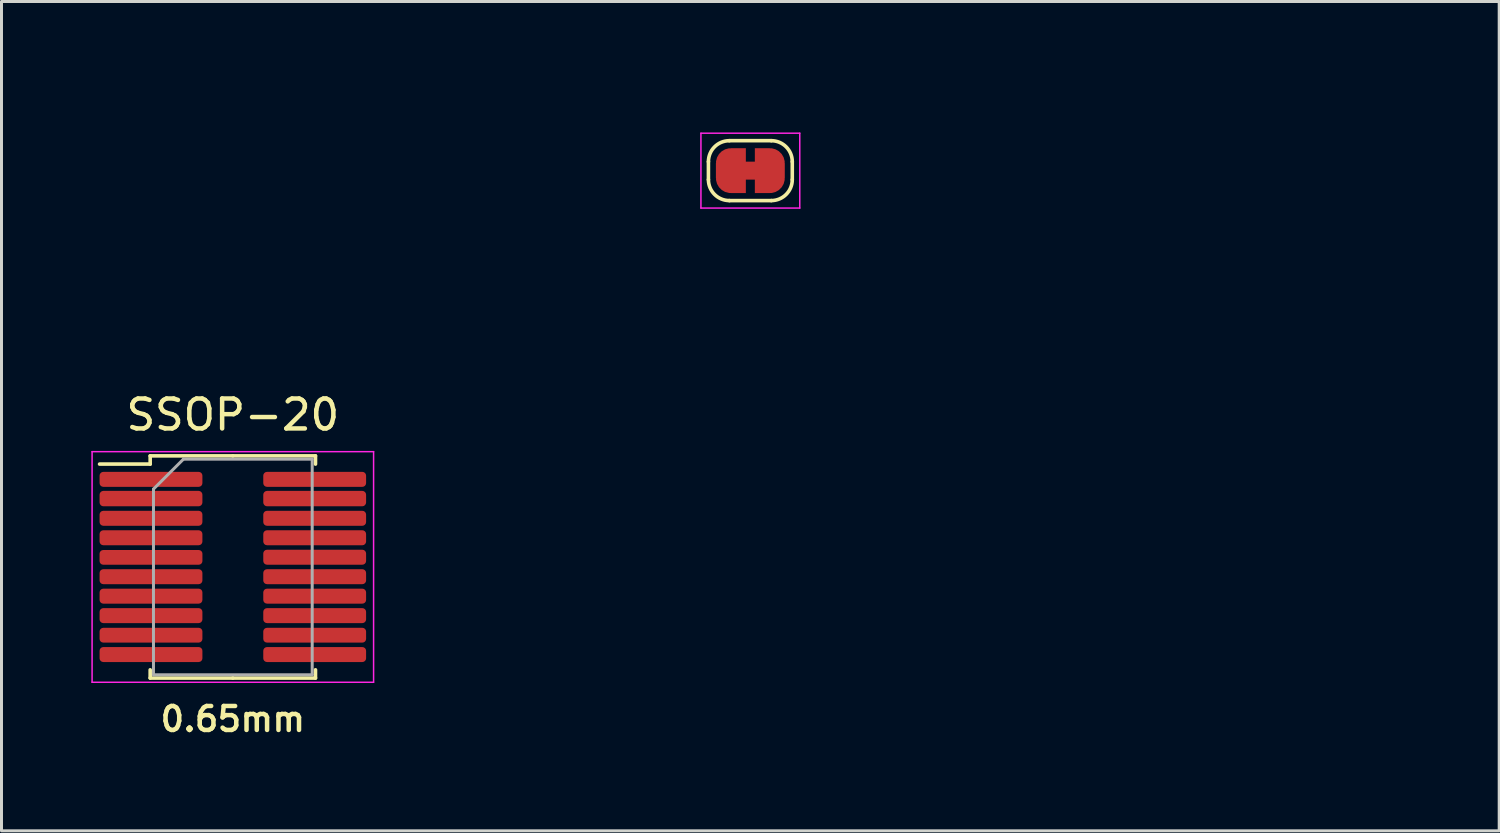
<source format=kicad_pcb>
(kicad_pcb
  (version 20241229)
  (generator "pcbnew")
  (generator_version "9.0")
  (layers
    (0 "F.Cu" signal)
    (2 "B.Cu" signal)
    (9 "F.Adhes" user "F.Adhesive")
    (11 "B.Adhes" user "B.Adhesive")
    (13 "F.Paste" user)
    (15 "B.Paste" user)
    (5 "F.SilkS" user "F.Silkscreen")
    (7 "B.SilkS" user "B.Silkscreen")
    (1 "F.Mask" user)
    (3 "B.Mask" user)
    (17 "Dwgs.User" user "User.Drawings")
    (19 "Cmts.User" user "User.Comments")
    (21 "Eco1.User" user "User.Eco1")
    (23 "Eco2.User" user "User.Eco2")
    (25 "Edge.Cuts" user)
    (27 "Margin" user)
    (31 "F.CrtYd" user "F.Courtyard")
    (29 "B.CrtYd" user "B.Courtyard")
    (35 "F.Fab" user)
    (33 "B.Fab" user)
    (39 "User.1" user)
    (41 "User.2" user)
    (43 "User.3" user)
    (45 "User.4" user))
  (footprint "SolderJumper-2_P1.3mm_Bridged_RoundedPad1.0x1.5mm"
    (layer "F.Cu")
    (at 22.006 2.648)
    (property "Reference" "SolderJumper-2_P1.3mm_Bridged_RoundedPad1.0x1.5mm" (at 0 -1.8 0) (layer "User.1") (effects (font (size 1 1) (thickness 0.15))))
    (attr exclude_from_pos_files exclude_from_bom)
    (fp_poly (pts (xy 0.25 -0.3) (xy -0.25 -0.3) (xy -0.25 0.3) (xy 0.25 0.3)) (stroke (width 0) (type solid)) (fill yes) (layer "F.Cu"))
    (fp_line (start -1.4 0.3) (end -1.4 -0.3) (stroke (width 0.12) (type solid)) (layer "F.SilkS"))
    (fp_line (start -0.7 -1) (end 0.7 -1) (stroke (width 0.12) (type solid)) (layer "F.SilkS"))
    (fp_line (start 0.7 1) (end -0.7 1) (stroke (width 0.12) (type solid)) (layer "F.SilkS"))
    (fp_line (start 1.4 -0.3) (end 1.4 0.3) (stroke (width 0.12) (type solid)) (layer "F.SilkS"))
    (fp_arc (start -1.4 -0.3) (mid -1.194975 -0.794975) (end -0.7 -1) (stroke (width 0.12) (type solid)) (layer "F.SilkS"))
    (fp_arc (start -0.7 1) (mid -1.194975 0.794975) (end -1.4 0.3) (stroke (width 0.12) (type solid)) (layer "F.SilkS"))
    (fp_arc (start 0.7 -1) (mid 1.194975 -0.794975) (end 1.4 -0.3) (stroke (width 0.12) (type solid)) (layer "F.SilkS"))
    (fp_arc (start 1.4 0.3) (mid 1.194975 0.794975) (end 0.7 1) (stroke (width 0.12) (type solid)) (layer "F.SilkS"))
    (fp_line (start -1.65 -1.25) (end -1.65 1.25) (stroke (width 0.05) (type solid)) (layer "F.CrtYd"))
    (fp_line (start -1.65 -1.25) (end 1.65 -1.25) (stroke (width 0.05) (type solid)) (layer "F.CrtYd"))
    (fp_line (start 1.65 1.25) (end -1.65 1.25) (stroke (width 0.05) (type solid)) (layer "F.CrtYd"))
    (fp_line (start 1.65 1.25) (end 1.65 -1.25) (stroke (width 0.05) (type solid)) (layer "F.CrtYd"))
    (pad "1" smd custom (at -0.65 0) (size 1 0.5) (layers "F.Cu" "F.Mask") (options (anchor rect)) (primitives (gr_circle (center 0 0.25) (end 0.5 0.25) (width 0) (fill yes)) (gr_circle (center 0 -0.25) (end 0.5 -0.25) (width 0) (fill yes)) (gr_poly (pts (xy 0.5 0.75) (xy 0 0.75) (xy 0 -0.75) (xy 0.5 -0.75)) (width 0) (fill yes))))
    (pad "2" smd custom (at 0.65 0) (size 1 0.5) (layers "F.Cu" "F.Mask") (options (anchor rect)) (primitives (gr_circle (center 0 0.25) (end 0.5 0.25) (width 0) (fill yes)) (gr_circle (center 0 -0.25) (end 0.5 -0.25) (width 0) (fill yes)) (gr_poly (pts (xy 0 0.75) (xy -0.5 0.75) (xy -0.5 -0.75) (xy 0 -0.75)) (width 0) (fill yes)))))
  (footprint "SSOP-20"
    (layer "F.Cu")
    (at 4.725 15.882)
    (property "Reference" "SSOP-20" (at 0.013 -8.11 0) (layer "User.1") (effects (font (size 1 1) (thickness 0.15))))
    (attr smd)
    (fp_line (start -2.76 -3.71) (end -2.76 -3.435) (stroke (width 0.12) (type solid)) (layer "F.SilkS"))
    (fp_line (start -2.76 -3.435) (end -4.45 -3.435) (stroke (width 0.12) (type solid)) (layer "F.SilkS"))
    (fp_line (start -2.76 3.71) (end -2.76 3.435) (stroke (width 0.12) (type solid)) (layer "F.SilkS"))
    (fp_line (start 0 -3.71) (end -2.76 -3.71) (stroke (width 0.12) (type solid)) (layer "F.SilkS"))
    (fp_line (start 0 -3.71) (end 2.76 -3.71) (stroke (width 0.12) (type solid)) (layer "F.SilkS"))
    (fp_line (start 0 3.71) (end -2.76 3.71) (stroke (width 0.12) (type solid)) (layer "F.SilkS"))
    (fp_line (start 0 3.71) (end 2.76 3.71) (stroke (width 0.12) (type solid)) (layer "F.SilkS"))
    (fp_line (start 2.76 -3.71) (end 2.76 -3.435) (stroke (width 0.12) (type solid)) (layer "F.SilkS"))
    (fp_line (start 2.76 3.71) (end 2.76 3.435) (stroke (width 0.12) (type solid)) (layer "F.SilkS"))
    (fp_line (start -4.7 -3.85) (end -4.7 3.85) (stroke (width 0.05) (type solid)) (layer "F.CrtYd"))
    (fp_line (start -4.7 3.85) (end 4.7 3.85) (stroke (width 0.05) (type solid)) (layer "F.CrtYd"))
    (fp_line (start 4.7 -3.85) (end -4.7 -3.85) (stroke (width 0.05) (type solid)) (layer "F.CrtYd"))
    (fp_line (start 4.7 3.85) (end 4.7 -3.85) (stroke (width 0.05) (type solid)) (layer "F.CrtYd"))
    (fp_line (start -2.65 -2.6) (end -1.65 -3.6) (stroke (width 0.1) (type solid)) (layer "F.Fab"))
    (fp_line (start -2.65 3.6) (end -2.65 -2.6) (stroke (width 0.1) (type solid)) (layer "F.Fab"))
    (fp_line (start -1.65 -3.6) (end 2.65 -3.6) (stroke (width 0.1) (type solid)) (layer "F.Fab"))
    (fp_line (start 2.65 -3.6) (end 2.65 3.6) (stroke (width 0.1) (type solid)) (layer "F.Fab"))
    (fp_line (start 2.65 3.6) (end -2.65 3.6) (stroke (width 0.1) (type solid)) (layer "F.Fab"))
    (fp_text user "SSOP-20" (at 0 -5.08 0) (unlocked yes) (layer "F.SilkS") (effects (font (size 1 1) (thickness 0.15))))
    (fp_text user "0.65mm" (at 0 5.08 0) (unlocked yes) (layer "F.SilkS") (effects (font (size 0.8 0.8) (thickness 0.15))))
    (pad "1" smd roundrect (at -2.733 -2.925) (size 3.434 0.5) (layers "F.Cu" "F.Mask" "F.Paste") (roundrect_rratio 0.25))
    (pad "2" smd roundrect (at -2.733 -2.283) (size 3.434 0.515) (layers "F.Cu" "F.Mask" "F.Paste") (roundrect_rratio 0.25))
    (pad "3" smd roundrect (at -2.733 -1.625) (size 3.434 0.5) (layers "F.Cu" "F.Mask" "F.Paste") (roundrect_rratio 0.25))
    (pad "4" smd roundrect (at -2.733 -0.975) (size 3.434 0.5) (layers "F.Cu" "F.Mask" "F.Paste") (roundrect_rratio 0.25))
    (pad "5" smd roundrect (at -2.733 -0.32) (size 3.435 0.491) (layers "F.Cu" "F.Mask" "F.Paste") (roundrect_rratio 0.25))
    (pad "6" smd roundrect (at -2.733 0.325) (size 3.434 0.5) (layers "F.Cu" "F.Mask" "F.Paste") (roundrect_rratio 0.25))
    (pad "7" smd roundrect (at -2.733 0.975) (size 3.434 0.5) (layers "F.Cu" "F.Mask" "F.Paste") (roundrect_rratio 0.25))
    (pad "8" smd roundrect (at -2.733 1.625) (size 3.434 0.5) (layers "F.Cu" "F.Mask" "F.Paste") (roundrect_rratio 0.25))
    (pad "9" smd roundrect (at -2.733 2.279) (size 3.434 0.493) (layers "F.Cu" "F.Mask" "F.Paste") (roundrect_rratio 0.25))
    (pad "10" smd roundrect (at -2.733 2.925) (size 3.434 0.5) (layers "F.Cu" "F.Mask" "F.Paste") (roundrect_rratio 0.25))
    (pad "11" smd roundrect (at 2.733 2.925) (size 3.434 0.5) (layers "F.Cu" "F.Mask" "F.Paste") (roundrect_rratio 0.25))
    (pad "12" smd roundrect (at 2.733 2.279) (size 3.434 0.493) (layers "F.Cu" "F.Mask" "F.Paste") (roundrect_rratio 0.25))
    (pad "13" smd roundrect (at 2.733 1.625) (size 3.434 0.5) (layers "F.Cu" "F.Mask" "F.Paste") (roundrect_rratio 0.25))
    (pad "14" smd roundrect (at 2.733 0.975) (size 3.434 0.5) (layers "F.Cu" "F.Mask" "F.Paste") (roundrect_rratio 0.25))
    (pad "15" smd roundrect (at 2.733 0.325) (size 3.434 0.5) (layers "F.Cu" "F.Mask" "F.Paste") (roundrect_rratio 0.25))
    (pad "16" smd roundrect (at 2.733 -0.325) (size 3.434 0.5) (layers "F.Cu" "F.Mask" "F.Paste") (roundrect_rratio 0.25))
    (pad "17" smd roundrect (at 2.733 -0.975) (size 3.434 0.5) (layers "F.Cu" "F.Mask" "F.Paste") (roundrect_rratio 0.25))
    (pad "18" smd roundrect (at 2.733 -1.625) (size 3.434 0.5) (layers "F.Cu" "F.Mask" "F.Paste") (roundrect_rratio 0.25))
    (pad "19" smd roundrect (at 2.733 -2.283) (size 3.434 0.515) (layers "F.Cu" "F.Mask" "F.Paste") (roundrect_rratio 0.25))
    (pad "20" smd roundrect (at 2.733 -2.925) (size 3.434 0.5) (layers "F.Cu" "F.Mask" "F.Paste") (roundrect_rratio 0.25)))
  (gr_rect
    (start -3 -3)
    (end 47.012 24.693)
    (stroke (width 0.1) (type default))
    (fill no)
    (layer "Edge.Cuts")))
</source>
